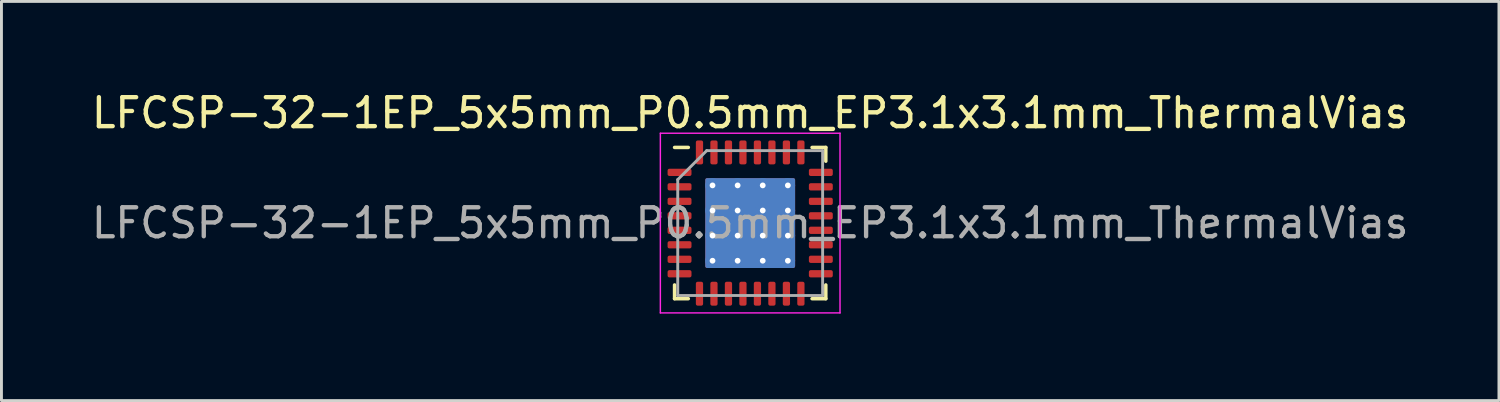
<source format=kicad_pcb>
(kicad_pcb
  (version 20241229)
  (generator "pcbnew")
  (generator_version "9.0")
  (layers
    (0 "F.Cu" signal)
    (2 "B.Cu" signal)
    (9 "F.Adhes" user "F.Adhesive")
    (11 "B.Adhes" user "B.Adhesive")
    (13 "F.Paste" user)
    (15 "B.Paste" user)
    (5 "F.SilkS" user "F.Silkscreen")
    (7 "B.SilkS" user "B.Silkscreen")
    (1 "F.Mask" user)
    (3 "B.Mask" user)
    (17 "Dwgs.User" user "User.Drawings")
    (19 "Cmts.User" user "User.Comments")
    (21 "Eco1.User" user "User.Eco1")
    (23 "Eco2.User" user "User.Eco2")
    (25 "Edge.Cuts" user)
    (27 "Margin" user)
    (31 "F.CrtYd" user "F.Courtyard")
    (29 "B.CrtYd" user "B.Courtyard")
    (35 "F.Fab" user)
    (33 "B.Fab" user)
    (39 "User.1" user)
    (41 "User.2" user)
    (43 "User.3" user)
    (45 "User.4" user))
  (footprint "LFCSP-32-1EP_5x5mm_P0.5mm_EP3.1x3.1mm_ThermalVias"
    (layer "F.Cu")
    (at 22.839 4.648)
    (property "Reference" "LFCSP-32-1EP_5x5mm_P0.5mm_EP3.1x3.1mm_ThermalVias" (at 0 -3.8 0) (layer "F.SilkS") (effects (font (size 1 1) (thickness 0.15))))
    (attr smd)
    (fp_line (start -2.61 2.61) (end -2.61 2.135) (stroke (width 0.12) (type solid)) (layer "F.SilkS"))
    (fp_line (start -2.135 -2.61) (end -2.61 -2.61) (stroke (width 0.12) (type solid)) (layer "F.SilkS"))
    (fp_line (start -2.135 2.61) (end -2.61 2.61) (stroke (width 0.12) (type solid)) (layer "F.SilkS"))
    (fp_line (start 2.135 -2.61) (end 2.61 -2.61) (stroke (width 0.12) (type solid)) (layer "F.SilkS"))
    (fp_line (start 2.135 2.61) (end 2.61 2.61) (stroke (width 0.12) (type solid)) (layer "F.SilkS"))
    (fp_line (start 2.61 -2.61) (end 2.61 -2.135) (stroke (width 0.12) (type solid)) (layer "F.SilkS"))
    (fp_line (start 2.61 2.61) (end 2.61 2.135) (stroke (width 0.12) (type solid)) (layer "F.SilkS"))
    (fp_line (start -3.1 -3.1) (end -3.1 3.1) (stroke (width 0.05) (type solid)) (layer "F.CrtYd"))
    (fp_line (start -3.1 3.1) (end 3.1 3.1) (stroke (width 0.05) (type solid)) (layer "F.CrtYd"))
    (fp_line (start 3.1 -3.1) (end -3.1 -3.1) (stroke (width 0.05) (type solid)) (layer "F.CrtYd"))
    (fp_line (start 3.1 3.1) (end 3.1 -3.1) (stroke (width 0.05) (type solid)) (layer "F.CrtYd"))
    (fp_line (start -2.5 -1.5) (end -1.5 -2.5) (stroke (width 0.1) (type solid)) (layer "F.Fab"))
    (fp_line (start -2.5 2.5) (end -2.5 -1.5) (stroke (width 0.1) (type solid)) (layer "F.Fab"))
    (fp_line (start -1.5 -2.5) (end 2.5 -2.5) (stroke (width 0.1) (type solid)) (layer "F.Fab"))
    (fp_line (start 2.5 -2.5) (end 2.5 2.5) (stroke (width 0.1) (type solid)) (layer "F.Fab"))
    (fp_line (start 2.5 2.5) (end -2.5 2.5) (stroke (width 0.1) (type solid)) (layer "F.Fab"))
    (fp_text user "${REFERENCE}" (at 0 0 0) (layer "F.Fab") (effects (font (size 1 1) (thickness 0.15))))
    (pad "" smd custom (at -0.867 -0.867) (size 0.657 0.657) (layers "F.Paste") (options (anchor circle)) (primitives (gr_poly (pts (xy -0.417 -0.167) (xy -0.167 -0.417) (xy 0.167 -0.417) (xy 0.417 -0.167) (xy 0.417 0.167) (xy 0.167 0.417) (xy -0.167 0.417) (xy -0.417 0.167)) (width 0) (fill yes))))
    (pad "" smd custom (at -0.867 0) (size 0.657 0.657) (layers "F.Paste") (options (anchor circle)) (primitives (gr_poly (pts (xy -0.417 -0.167) (xy -0.167 -0.417) (xy 0.167 -0.417) (xy 0.417 -0.167) (xy 0.417 0.167) (xy 0.167 0.417) (xy -0.167 0.417) (xy -0.417 0.167)) (width 0) (fill yes))))
    (pad "" smd custom (at -0.867 0.867) (size 0.657 0.657) (layers "F.Paste") (options (anchor circle)) (primitives (gr_poly (pts (xy -0.417 -0.167) (xy -0.167 -0.417) (xy 0.167 -0.417) (xy 0.417 -0.167) (xy 0.417 0.167) (xy 0.167 0.417) (xy -0.167 0.417) (xy -0.417 0.167)) (width 0) (fill yes))))
    (pad "" smd custom (at 0 -0.867) (size 0.657 0.657) (layers "F.Paste") (options (anchor circle)) (primitives (gr_poly (pts (xy -0.417 -0.167) (xy -0.167 -0.417) (xy 0.167 -0.417) (xy 0.417 -0.167) (xy 0.417 0.167) (xy 0.167 0.417) (xy -0.167 0.417) (xy -0.417 0.167)) (width 0) (fill yes))))
    (pad "" smd custom (at 0 0) (size 0.657 0.657) (layers "F.Paste") (options (anchor circle)) (primitives (gr_poly (pts (xy -0.417 -0.167) (xy -0.167 -0.417) (xy 0.167 -0.417) (xy 0.417 -0.167) (xy 0.417 0.167) (xy 0.167 0.417) (xy -0.167 0.417) (xy -0.417 0.167)) (width 0) (fill yes))))
    (pad "" smd custom (at 0 0.867) (size 0.657 0.657) (layers "F.Paste") (options (anchor circle)) (primitives (gr_poly (pts (xy -0.417 -0.167) (xy -0.167 -0.417) (xy 0.167 -0.417) (xy 0.417 -0.167) (xy 0.417 0.167) (xy 0.167 0.417) (xy -0.167 0.417) (xy -0.417 0.167)) (width 0) (fill yes))))
    (pad "" smd custom (at 0.867 -0.867) (size 0.657 0.657) (layers "F.Paste") (options (anchor circle)) (primitives (gr_poly (pts (xy -0.417 -0.167) (xy -0.167 -0.417) (xy 0.167 -0.417) (xy 0.417 -0.167) (xy 0.417 0.167) (xy 0.167 0.417) (xy -0.167 0.417) (xy -0.417 0.167)) (width 0) (fill yes))))
    (pad "" smd custom (at 0.867 0) (size 0.657 0.657) (layers "F.Paste") (options (anchor circle)) (primitives (gr_poly (pts (xy -0.417 -0.167) (xy -0.167 -0.417) (xy 0.167 -0.417) (xy 0.417 -0.167) (xy 0.417 0.167) (xy 0.167 0.417) (xy -0.167 0.417) (xy -0.417 0.167)) (width 0) (fill yes))))
    (pad "" smd custom (at 0.867 0.867) (size 0.657 0.657) (layers "F.Paste") (options (anchor circle)) (primitives (gr_poly (pts (xy -0.417 -0.167) (xy -0.167 -0.417) (xy 0.167 -0.417) (xy 0.417 -0.167) (xy 0.417 0.167) (xy 0.167 0.417) (xy -0.167 0.417) (xy -0.417 0.167)) (width 0) (fill yes))))
    (pad "1" smd roundrect (at -2.438 -1.75) (size 0.825 0.25) (layers "F.Cu" "F.Mask" "F.Paste") (roundrect_rratio 0.25))
    (pad "2" smd roundrect (at -2.438 -1.25) (size 0.825 0.25) (layers "F.Cu" "F.Mask" "F.Paste") (roundrect_rratio 0.25))
    (pad "3" smd roundrect (at -2.438 -0.75) (size 0.825 0.25) (layers "F.Cu" "F.Mask" "F.Paste") (roundrect_rratio 0.25))
    (pad "4" smd roundrect (at -2.438 -0.25) (size 0.825 0.25) (layers "F.Cu" "F.Mask" "F.Paste") (roundrect_rratio 0.25))
    (pad "5" smd roundrect (at -2.438 0.25) (size 0.825 0.25) (layers "F.Cu" "F.Mask" "F.Paste") (roundrect_rratio 0.25))
    (pad "6" smd roundrect (at -2.438 0.75) (size 0.825 0.25) (layers "F.Cu" "F.Mask" "F.Paste") (roundrect_rratio 0.25))
    (pad "7" smd roundrect (at -2.438 1.25) (size 0.825 0.25) (layers "F.Cu" "F.Mask" "F.Paste") (roundrect_rratio 0.25))
    (pad "8" smd roundrect (at -2.438 1.75) (size 0.825 0.25) (layers "F.Cu" "F.Mask" "F.Paste") (roundrect_rratio 0.25))
    (pad "9" smd roundrect (at -1.75 2.438) (size 0.25 0.825) (layers "F.Cu" "F.Mask" "F.Paste") (roundrect_rratio 0.25))
    (pad "10" smd roundrect (at -1.25 2.438) (size 0.25 0.825) (layers "F.Cu" "F.Mask" "F.Paste") (roundrect_rratio 0.25))
    (pad "11" smd roundrect (at -0.75 2.438) (size 0.25 0.825) (layers "F.Cu" "F.Mask" "F.Paste") (roundrect_rratio 0.25))
    (pad "12" smd roundrect (at -0.25 2.438) (size 0.25 0.825) (layers "F.Cu" "F.Mask" "F.Paste") (roundrect_rratio 0.25))
    (pad "13" smd roundrect (at 0.25 2.438) (size 0.25 0.825) (layers "F.Cu" "F.Mask" "F.Paste") (roundrect_rratio 0.25))
    (pad "14" smd roundrect (at 0.75 2.438) (size 0.25 0.825) (layers "F.Cu" "F.Mask" "F.Paste") (roundrect_rratio 0.25))
    (pad "15" smd roundrect (at 1.25 2.438) (size 0.25 0.825) (layers "F.Cu" "F.Mask" "F.Paste") (roundrect_rratio 0.25))
    (pad "16" smd roundrect (at 1.75 2.438) (size 0.25 0.825) (layers "F.Cu" "F.Mask" "F.Paste") (roundrect_rratio 0.25))
    (pad "17" smd roundrect (at 2.438 1.75) (size 0.825 0.25) (layers "F.Cu" "F.Mask" "F.Paste") (roundrect_rratio 0.25))
    (pad "18" smd roundrect (at 2.438 1.25) (size 0.825 0.25) (layers "F.Cu" "F.Mask" "F.Paste") (roundrect_rratio 0.25))
    (pad "19" smd roundrect (at 2.438 0.75) (size 0.825 0.25) (layers "F.Cu" "F.Mask" "F.Paste") (roundrect_rratio 0.25))
    (pad "20" smd roundrect (at 2.438 0.25) (size 0.825 0.25) (layers "F.Cu" "F.Mask" "F.Paste") (roundrect_rratio 0.25))
    (pad "21" smd roundrect (at 2.438 -0.25) (size 0.825 0.25) (layers "F.Cu" "F.Mask" "F.Paste") (roundrect_rratio 0.25))
    (pad "22" smd roundrect (at 2.438 -0.75) (size 0.825 0.25) (layers "F.Cu" "F.Mask" "F.Paste") (roundrect_rratio 0.25))
    (pad "23" smd roundrect (at 2.438 -1.25) (size 0.825 0.25) (layers "F.Cu" "F.Mask" "F.Paste") (roundrect_rratio 0.25))
    (pad "24" smd roundrect (at 2.438 -1.75) (size 0.825 0.25) (layers "F.Cu" "F.Mask" "F.Paste") (roundrect_rratio 0.25))
    (pad "25" smd roundrect (at 1.75 -2.438) (size 0.25 0.825) (layers "F.Cu" "F.Mask" "F.Paste") (roundrect_rratio 0.25))
    (pad "26" smd roundrect (at 1.25 -2.438) (size 0.25 0.825) (layers "F.Cu" "F.Mask" "F.Paste") (roundrect_rratio 0.25))
    (pad "27" smd roundrect (at 0.75 -2.438) (size 0.25 0.825) (layers "F.Cu" "F.Mask" "F.Paste") (roundrect_rratio 0.25))
    (pad "28" smd roundrect (at 0.25 -2.438) (size 0.25 0.825) (layers "F.Cu" "F.Mask" "F.Paste") (roundrect_rratio 0.25))
    (pad "29" smd roundrect (at -0.25 -2.438) (size 0.25 0.825) (layers "F.Cu" "F.Mask" "F.Paste") (roundrect_rratio 0.25))
    (pad "30" smd roundrect (at -0.75 -2.438) (size 0.25 0.825) (layers "F.Cu" "F.Mask" "F.Paste") (roundrect_rratio 0.25))
    (pad "31" smd roundrect (at -1.25 -2.438) (size 0.25 0.825) (layers "F.Cu" "F.Mask" "F.Paste") (roundrect_rratio 0.25))
    (pad "32" smd roundrect (at -1.75 -2.438) (size 0.25 0.825) (layers "F.Cu" "F.Mask" "F.Paste") (roundrect_rratio 0.25))
    (pad "33" thru_hole circle (at -1.3 -1.3) (size 0.5 0.5) (drill 0.2) (layers "*.Cu"))
    (pad "33" thru_hole circle (at -1.3 -0.433) (size 0.5 0.5) (drill 0.2) (layers "*.Cu"))
    (pad "33" thru_hole circle (at -1.3 0.433) (size 0.5 0.5) (drill 0.2) (layers "*.Cu"))
    (pad "33" thru_hole circle (at -1.3 1.3) (size 0.5 0.5) (drill 0.2) (layers "*.Cu"))
    (pad "33" thru_hole circle (at -0.433 -1.3) (size 0.5 0.5) (drill 0.2) (layers "*.Cu"))
    (pad "33" thru_hole circle (at -0.433 -0.433) (size 0.5 0.5) (drill 0.2) (layers "*.Cu"))
    (pad "33" thru_hole circle (at -0.433 0.433) (size 0.5 0.5) (drill 0.2) (layers "*.Cu"))
    (pad "33" thru_hole circle (at -0.433 1.3) (size 0.5 0.5) (drill 0.2) (layers "*.Cu"))
    (pad "33" smd roundrect (at 0 0) (size 3.1 3.1) (layers "F.Cu" "F.Mask") (roundrect_rratio 0.02))
    (pad "33" smd roundrect (at 0 0) (size 3.1 3.1) (layers "B.Cu") (roundrect_rratio 0.02))
    (pad "33" thru_hole circle (at 0.433 -1.3) (size 0.5 0.5) (drill 0.2) (layers "*.Cu"))
    (pad "33" thru_hole circle (at 0.433 -0.433) (size 0.5 0.5) (drill 0.2) (layers "*.Cu"))
    (pad "33" thru_hole circle (at 0.433 0.433) (size 0.5 0.5) (drill 0.2) (layers "*.Cu"))
    (pad "33" thru_hole circle (at 0.433 1.3) (size 0.5 0.5) (drill 0.2) (layers "*.Cu"))
    (pad "33" thru_hole circle (at 1.3 -1.3) (size 0.5 0.5) (drill 0.2) (layers "*.Cu"))
    (pad "33" thru_hole circle (at 1.3 -0.433) (size 0.5 0.5) (drill 0.2) (layers "*.Cu"))
    (pad "33" thru_hole circle (at 1.3 0.433) (size 0.5 0.5) (drill 0.2) (layers "*.Cu"))
    (pad "33" thru_hole circle (at 1.3 1.3) (size 0.5 0.5) (drill 0.2) (layers "*.Cu")))
  (gr_rect
    (start -3 -3)
    (end 48.679 10.773)
    (stroke (width 0.1) (type default))
    (fill no)
    (layer "Edge.Cuts")))
</source>
